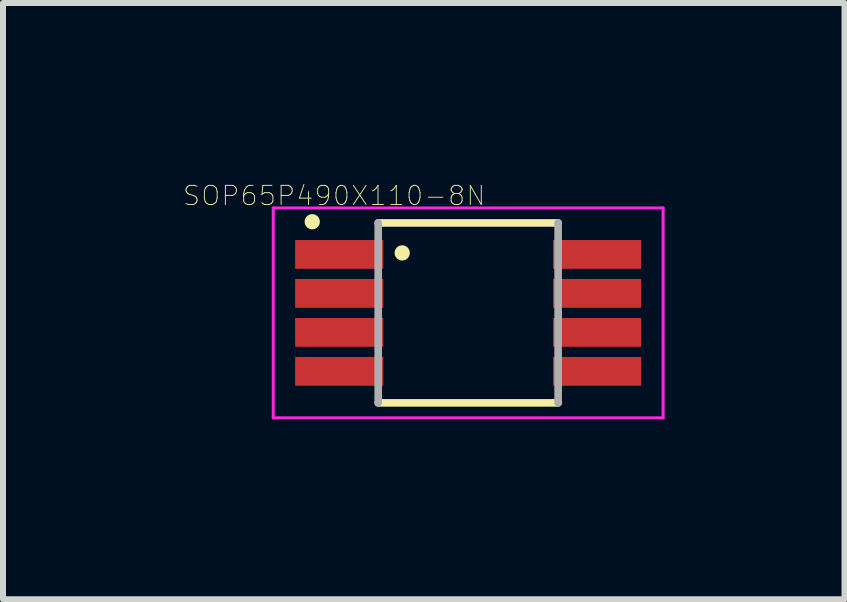
<source format=kicad_pcb>
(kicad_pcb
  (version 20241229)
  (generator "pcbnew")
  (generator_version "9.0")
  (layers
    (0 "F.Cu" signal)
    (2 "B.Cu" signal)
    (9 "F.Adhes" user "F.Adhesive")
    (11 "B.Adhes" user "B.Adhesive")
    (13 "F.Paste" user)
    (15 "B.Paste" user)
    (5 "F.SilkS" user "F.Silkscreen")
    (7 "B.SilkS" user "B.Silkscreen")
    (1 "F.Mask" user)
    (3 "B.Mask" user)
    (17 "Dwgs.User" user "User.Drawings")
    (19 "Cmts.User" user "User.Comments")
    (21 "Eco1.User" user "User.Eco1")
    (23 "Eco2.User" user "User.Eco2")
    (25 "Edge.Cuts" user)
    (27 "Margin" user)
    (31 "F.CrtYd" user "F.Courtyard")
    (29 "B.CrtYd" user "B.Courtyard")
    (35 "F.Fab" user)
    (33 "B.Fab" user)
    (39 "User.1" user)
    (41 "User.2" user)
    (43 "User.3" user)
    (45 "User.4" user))
  (footprint "SOP65P490X110-8N"
    (layer "F.Cu")
    (at 4.756 2.167)
    (property "Reference" "SOP65P490X110-8N" (at -2.235 -1.954 0) (layer "F.SilkS") (effects (font (size 0.32 0.32) (thickness 0.015))))
    (attr through_hole)
    (fp_line (start -1.5 -1.5) (end 1.5 -1.5) (stroke (width 0.127) (type solid)) (layer "F.SilkS"))
    (fp_line (start -1.5 1.5) (end 1.5 1.5) (stroke (width 0.127) (type solid)) (layer "F.SilkS"))
    (fp_circle (center -2.6 -1.52) (end -2.473 -1.52) (stroke (width 0) (type solid)) (fill yes) (layer "F.SilkS"))
    (fp_circle (center -1.1 -1) (end -0.973 -1) (stroke (width 0) (type solid)) (fill yes) (layer "F.SilkS"))
    (fp_line (start -3.25 -1.75) (end 3.25 -1.75) (stroke (width 0.05) (type solid)) (layer "F.CrtYd"))
    (fp_line (start -3.25 1.75) (end -3.25 -1.75) (stroke (width 0.05) (type solid)) (layer "F.CrtYd"))
    (fp_line (start 3.25 -1.75) (end 3.25 1.75) (stroke (width 0.05) (type solid)) (layer "F.CrtYd"))
    (fp_line (start 3.25 1.75) (end -3.25 1.75) (stroke (width 0.05) (type solid)) (layer "F.CrtYd"))
    (fp_line (start -1.5 1.5) (end -1.5 -1.5) (stroke (width 0.127) (type solid)) (layer "F.Fab"))
    (fp_line (start 1.5 -1.5) (end 1.5 1.5) (stroke (width 0.127) (type solid)) (layer "F.Fab"))
    (pad "1" smd rect (at -2.15 -0.975) (size 1.47 0.48) (layers "F.Cu" "F.Mask" "F.Paste"))
    (pad "2" smd rect (at -2.15 -0.325) (size 1.47 0.48) (layers "F.Cu" "F.Mask" "F.Paste"))
    (pad "3" smd rect (at -2.15 0.325) (size 1.47 0.48) (layers "F.Cu" "F.Mask" "F.Paste"))
    (pad "4" smd rect (at -2.15 0.975) (size 1.47 0.48) (layers "F.Cu" "F.Mask" "F.Paste"))
    (pad "5" smd rect (at 2.15 0.975) (size 1.47 0.48) (layers "F.Cu" "F.Mask" "F.Paste"))
    (pad "6" smd rect (at 2.15 0.325) (size 1.47 0.48) (layers "F.Cu" "F.Mask" "F.Paste"))
    (pad "7" smd rect (at 2.15 -0.325) (size 1.47 0.48) (layers "F.Cu" "F.Mask" "F.Paste"))
    (pad "8" smd rect (at 2.15 -0.975) (size 1.47 0.48) (layers "F.Cu" "F.Mask" "F.Paste")))
  (gr_rect
    (start -3 -3)
    (end 11.031 6.942)
    (stroke (width 0.1) (type default))
    (fill no)
    (layer "Edge.Cuts")))
</source>
